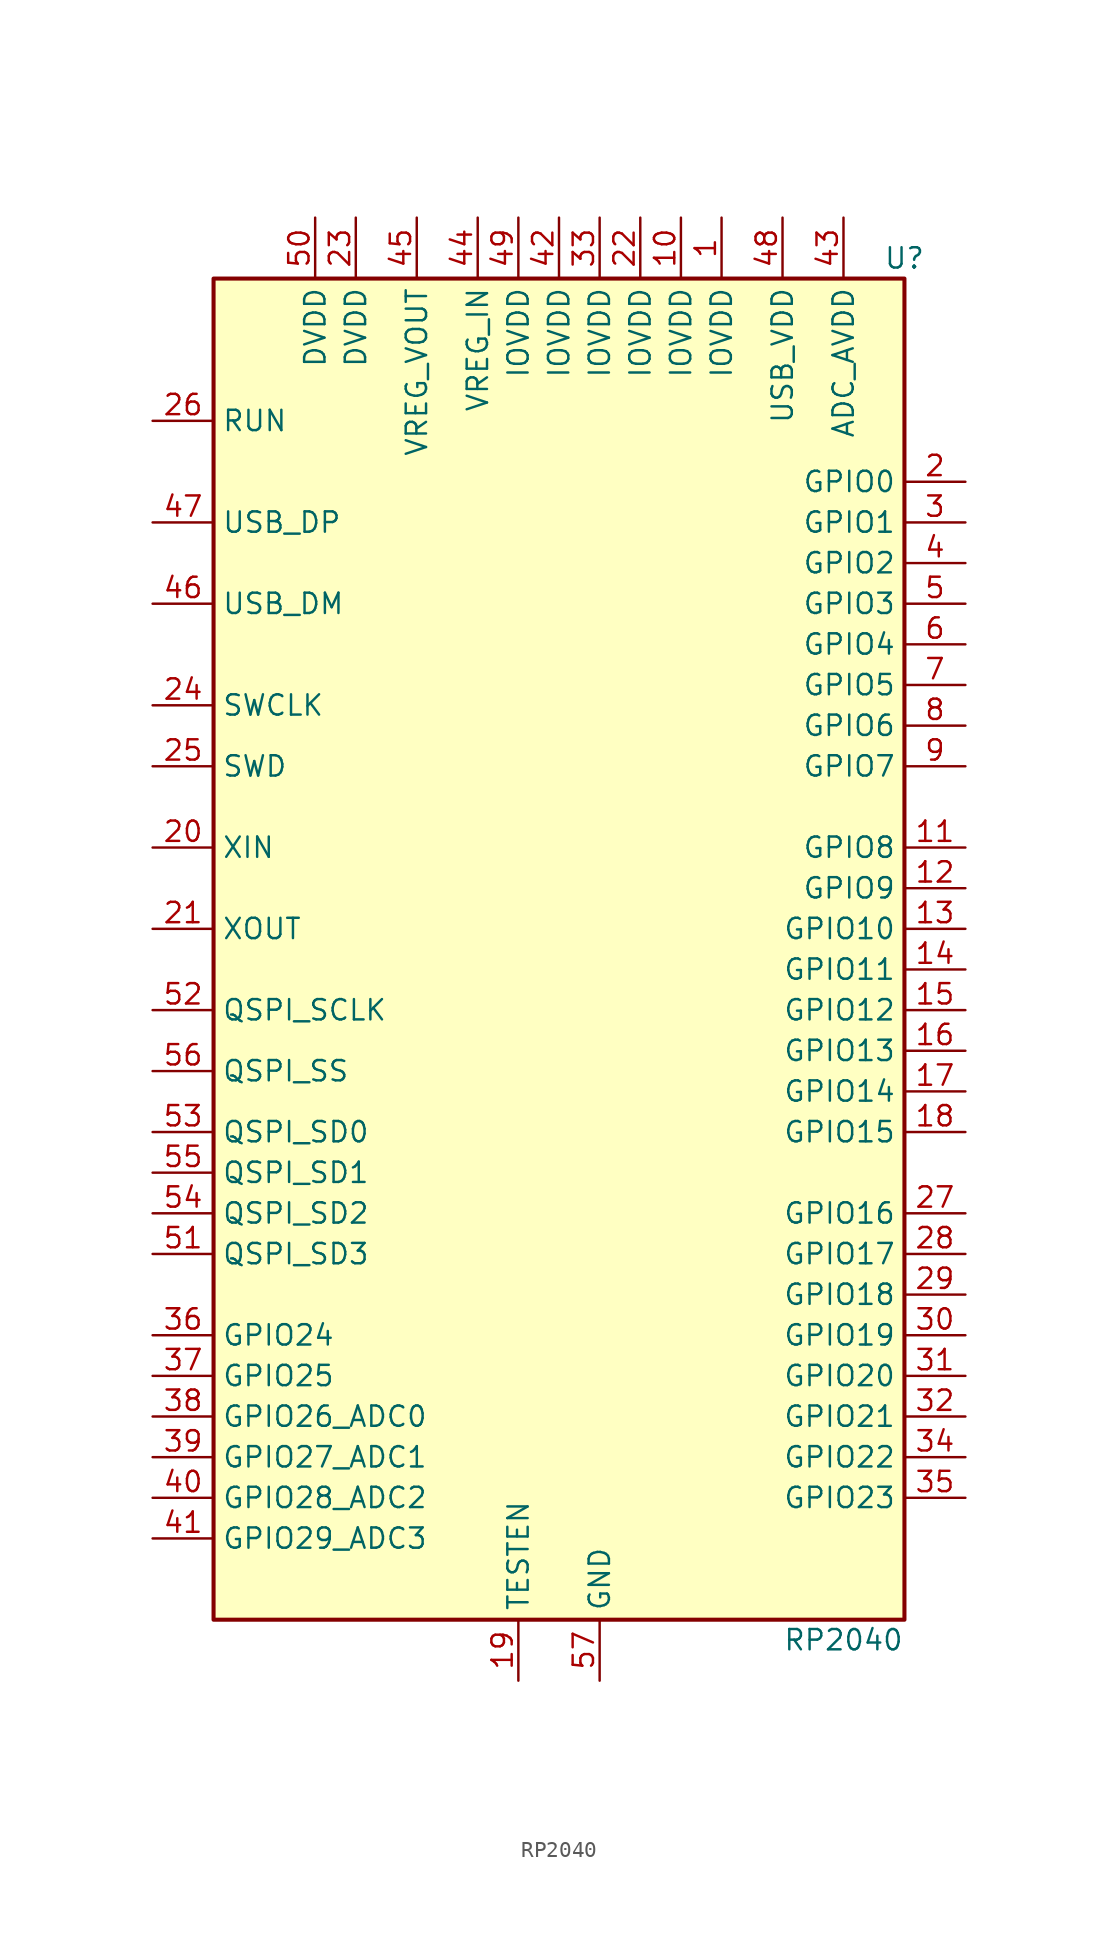
<source format=kicad_sym>
(kicad_symbol_lib
  (version 20220914)
  (generator kicad_symbol_editor)
  (symbol "RP2040"
    (property "Reference" "U"
      (at 21.59 43.18 0)
      (effects (font (size 1.27 1.27))))
    (property "Value" "RP2040"
      (at 17.78 -43.18 0)
      (effects (font (size 1.27 1.27))))
    (symbol "RP2040_0_1"
      (rectangle (start -21.59 41.91) (end 21.59 -41.91) (stroke (width 0.254) (type default)) (fill (type background))))
    (symbol "RP2040_1_1"
      (pin power_in line (at 10.16 45.72 270) (length 3.81) (name "IOVDD" (effects (font (size 1.27 1.27)))) (number "1" (effects (font (size 1.27 1.27)))))
      (pin power_in line (at 7.62 45.72 270) (length 3.81) (name "IOVDD" (effects (font (size 1.27 1.27)))) (number "10" (effects (font (size 1.27 1.27)))))
      (pin bidirectional line (at 25.4 6.35 180) (length 3.81) (name "GPIO8" (effects (font (size 1.27 1.27)))) (number "11" (effects (font (size 1.27 1.27)))))
      (pin bidirectional line (at 25.4 3.81 180) (length 3.81) (name "GPIO9" (effects (font (size 1.27 1.27)))) (number "12" (effects (font (size 1.27 1.27)))))
      (pin bidirectional line (at 25.4 1.27 180) (length 3.81) (name "GPIO10" (effects (font (size 1.27 1.27)))) (number "13" (effects (font (size 1.27 1.27)))))
      (pin bidirectional line (at 25.4 -1.27 180) (length 3.81) (name "GPIO11" (effects (font (size 1.27 1.27)))) (number "14" (effects (font (size 1.27 1.27)))))
      (pin bidirectional line (at 25.4 -3.81 180) (length 3.81) (name "GPIO12" (effects (font (size 1.27 1.27)))) (number "15" (effects (font (size 1.27 1.27)))))
      (pin bidirectional line (at 25.4 -6.35 180) (length 3.81) (name "GPIO13" (effects (font (size 1.27 1.27)))) (number "16" (effects (font (size 1.27 1.27)))))
      (pin bidirectional line (at 25.4 -8.89 180) (length 3.81) (name "GPIO14" (effects (font (size 1.27 1.27)))) (number "17" (effects (font (size 1.27 1.27)))))
      (pin bidirectional line (at 25.4 -11.43 180) (length 3.81) (name "GPIO15" (effects (font (size 1.27 1.27)))) (number "18" (effects (font (size 1.27 1.27)))))
      (pin input line (at -2.54 -45.72 90) (length 3.81) (name "TESTEN" (effects (font (size 1.27 1.27)))) (number "19" (effects (font (size 1.27 1.27)))))
      (pin bidirectional line (at 25.4 29.21 180) (length 3.81) (name "GPIO0" (effects (font (size 1.27 1.27)))) (number "2" (effects (font (size 1.27 1.27)))))
      (pin input line (at -25.4 6.35 0) (length 3.81) (name "XIN" (effects (font (size 1.27 1.27)))) (number "20" (effects (font (size 1.27 1.27)))))
      (pin passive line (at -25.4 1.27 0) (length 3.81) (name "XOUT" (effects (font (size 1.27 1.27)))) (number "21" (effects (font (size 1.27 1.27)))))
      (pin power_in line (at 5.08 45.72 270) (length 3.81) (name "IOVDD" (effects (font (size 1.27 1.27)))) (number "22" (effects (font (size 1.27 1.27)))))
      (pin power_in line (at -12.7 45.72 270) (length 3.81) (name "DVDD" (effects (font (size 1.27 1.27)))) (number "23" (effects (font (size 1.27 1.27)))))
      (pin input line (at -25.4 15.24 0) (length 3.81) (name "SWCLK" (effects (font (size 1.27 1.27)))) (number "24" (effects (font (size 1.27 1.27)))))
      (pin bidirectional line (at -25.4 11.43 0) (length 3.81) (name "SWD" (effects (font (size 1.27 1.27)))) (number "25" (effects (font (size 1.27 1.27)))))
      (pin input line (at -25.4 33.02 0) (length 3.81) (name "RUN" (effects (font (size 1.27 1.27)))) (number "26" (effects (font (size 1.27 1.27)))))
      (pin bidirectional line (at 25.4 -16.51 180) (length 3.81) (name "GPIO16" (effects (font (size 1.27 1.27)))) (number "27" (effects (font (size 1.27 1.27)))))
      (pin bidirectional line (at 25.4 -19.05 180) (length 3.81) (name "GPIO17" (effects (font (size 1.27 1.27)))) (number "28" (effects (font (size 1.27 1.27)))))
      (pin bidirectional line (at 25.4 -21.59 180) (length 3.81) (name "GPIO18" (effects (font (size 1.27 1.27)))) (number "29" (effects (font (size 1.27 1.27)))))
      (pin bidirectional line (at 25.4 26.67 180) (length 3.81) (name "GPIO1" (effects (font (size 1.27 1.27)))) (number "3" (effects (font (size 1.27 1.27)))))
      (pin bidirectional line (at 25.4 -24.13 180) (length 3.81) (name "GPIO19" (effects (font (size 1.27 1.27)))) (number "30" (effects (font (size 1.27 1.27)))))
      (pin bidirectional line (at 25.4 -26.67 180) (length 3.81) (name "GPIO20" (effects (font (size 1.27 1.27)))) (number "31" (effects (font (size 1.27 1.27)))))
      (pin bidirectional line (at 25.4 -29.21 180) (length 3.81) (name "GPIO21" (effects (font (size 1.27 1.27)))) (number "32" (effects (font (size 1.27 1.27)))))
      (pin power_in line (at 2.54 45.72 270) (length 3.81) (name "IOVDD" (effects (font (size 1.27 1.27)))) (number "33" (effects (font (size 1.27 1.27)))))
      (pin bidirectional line (at 25.4 -31.75 180) (length 3.81) (name "GPIO22" (effects (font (size 1.27 1.27)))) (number "34" (effects (font (size 1.27 1.27)))))
      (pin bidirectional line (at 25.4 -34.29 180) (length 3.81) (name "GPIO23" (effects (font (size 1.27 1.27)))) (number "35" (effects (font (size 1.27 1.27)))))
      (pin bidirectional line (at -25.4 -24.13 0) (length 3.81) (name "GPIO24" (effects (font (size 1.27 1.27)))) (number "36" (effects (font (size 1.27 1.27)))))
      (pin bidirectional line (at -25.4 -26.67 0) (length 3.81) (name "GPIO25" (effects (font (size 1.27 1.27)))) (number "37" (effects (font (size 1.27 1.27)))))
      (pin bidirectional line (at -25.4 -29.21 0) (length 3.81) (name "GPIO26_ADC0" (effects (font (size 1.27 1.27)))) (number "38" (effects (font (size 1.27 1.27)))))
      (pin bidirectional line (at -25.4 -31.75 0) (length 3.81) (name "GPIO27_ADC1" (effects (font (size 1.27 1.27)))) (number "39" (effects (font (size 1.27 1.27)))))
      (pin bidirectional line (at 25.4 24.13 180) (length 3.81) (name "GPIO2" (effects (font (size 1.27 1.27)))) (number "4" (effects (font (size 1.27 1.27)))))
      (pin bidirectional line (at -25.4 -34.29 0) (length 3.81) (name "GPIO28_ADC2" (effects (font (size 1.27 1.27)))) (number "40" (effects (font (size 1.27 1.27)))))
      (pin bidirectional line (at -25.4 -36.83 0) (length 3.81) (name "GPIO29_ADC3" (effects (font (size 1.27 1.27)))) (number "41" (effects (font (size 1.27 1.27)))))
      (pin power_in line (at 0 45.72 270) (length 3.81) (name "IOVDD" (effects (font (size 1.27 1.27)))) (number "42" (effects (font (size 1.27 1.27)))))
      (pin power_in line (at 17.78 45.72 270) (length 3.81) (name "ADC_AVDD" (effects (font (size 1.27 1.27)))) (number "43" (effects (font (size 1.27 1.27)))))
      (pin power_in line (at -5.08 45.72 270) (length 3.81) (name "VREG_IN" (effects (font (size 1.27 1.27)))) (number "44" (effects (font (size 1.27 1.27)))))
      (pin power_out line (at -8.89 45.72 270) (length 3.81) (name "VREG_VOUT" (effects (font (size 1.27 1.27)))) (number "45" (effects (font (size 1.27 1.27)))))
      (pin bidirectional line (at -25.4 21.59 0) (length 3.81) (name "USB_DM" (effects (font (size 1.27 1.27)))) (number "46" (effects (font (size 1.27 1.27)))))
      (pin bidirectional line (at -25.4 26.67 0) (length 3.81) (name "USB_DP" (effects (font (size 1.27 1.27)))) (number "47" (effects (font (size 1.27 1.27)))))
      (pin power_in line (at 13.97 45.72 270) (length 3.81) (name "USB_VDD" (effects (font (size 1.27 1.27)))) (number "48" (effects (font (size 1.27 1.27)))))
      (pin power_in line (at -2.54 45.72 270) (length 3.81) (name "IOVDD" (effects (font (size 1.27 1.27)))) (number "49" (effects (font (size 1.27 1.27)))))
      (pin bidirectional line (at 25.4 21.59 180) (length 3.81) (name "GPIO3" (effects (font (size 1.27 1.27)))) (number "5" (effects (font (size 1.27 1.27)))))
      (pin power_in line (at -15.24 45.72 270) (length 3.81) (name "DVDD" (effects (font (size 1.27 1.27)))) (number "50" (effects (font (size 1.27 1.27)))))
      (pin bidirectional line (at -25.4 -19.05 0) (length 3.81) (name "QSPI_SD3" (effects (font (size 1.27 1.27)))) (number "51" (effects (font (size 1.27 1.27)))))
      (pin output line (at -25.4 -3.81 0) (length 3.81) (name "QSPI_SCLK" (effects (font (size 1.27 1.27)))) (number "52" (effects (font (size 1.27 1.27)))))
      (pin bidirectional line (at -25.4 -11.43 0) (length 3.81) (name "QSPI_SD0" (effects (font (size 1.27 1.27)))) (number "53" (effects (font (size 1.27 1.27)))))
      (pin bidirectional line (at -25.4 -16.51 0) (length 3.81) (name "QSPI_SD2" (effects (font (size 1.27 1.27)))) (number "54" (effects (font (size 1.27 1.27)))))
      (pin bidirectional line (at -25.4 -13.97 0) (length 3.81) (name "QSPI_SD1" (effects (font (size 1.27 1.27)))) (number "55" (effects (font (size 1.27 1.27)))))
      (pin bidirectional line (at -25.4 -7.62 0) (length 3.81) (name "QSPI_SS" (effects (font (size 1.27 1.27)))) (number "56" (effects (font (size 1.27 1.27)))))
      (pin power_in line (at 2.54 -45.72 90) (length 3.81) (name "GND" (effects (font (size 1.27 1.27)))) (number "57" (effects (font (size 1.27 1.27)))))
      (pin bidirectional line (at 25.4 19.05 180) (length 3.81) (name "GPIO4" (effects (font (size 1.27 1.27)))) (number "6" (effects (font (size 1.27 1.27)))))
      (pin bidirectional line (at 25.4 16.51 180) (length 3.81) (name "GPIO5" (effects (font (size 1.27 1.27)))) (number "7" (effects (font (size 1.27 1.27)))))
      (pin bidirectional line (at 25.4 13.97 180) (length 3.81) (name "GPIO6" (effects (font (size 1.27 1.27)))) (number "8" (effects (font (size 1.27 1.27)))))
      (pin bidirectional line (at 25.4 11.43 180) (length 3.81) (name "GPIO7" (effects (font (size 1.27 1.27)))) (number "9" (effects (font (size 1.27 1.27))))))))
</source>
